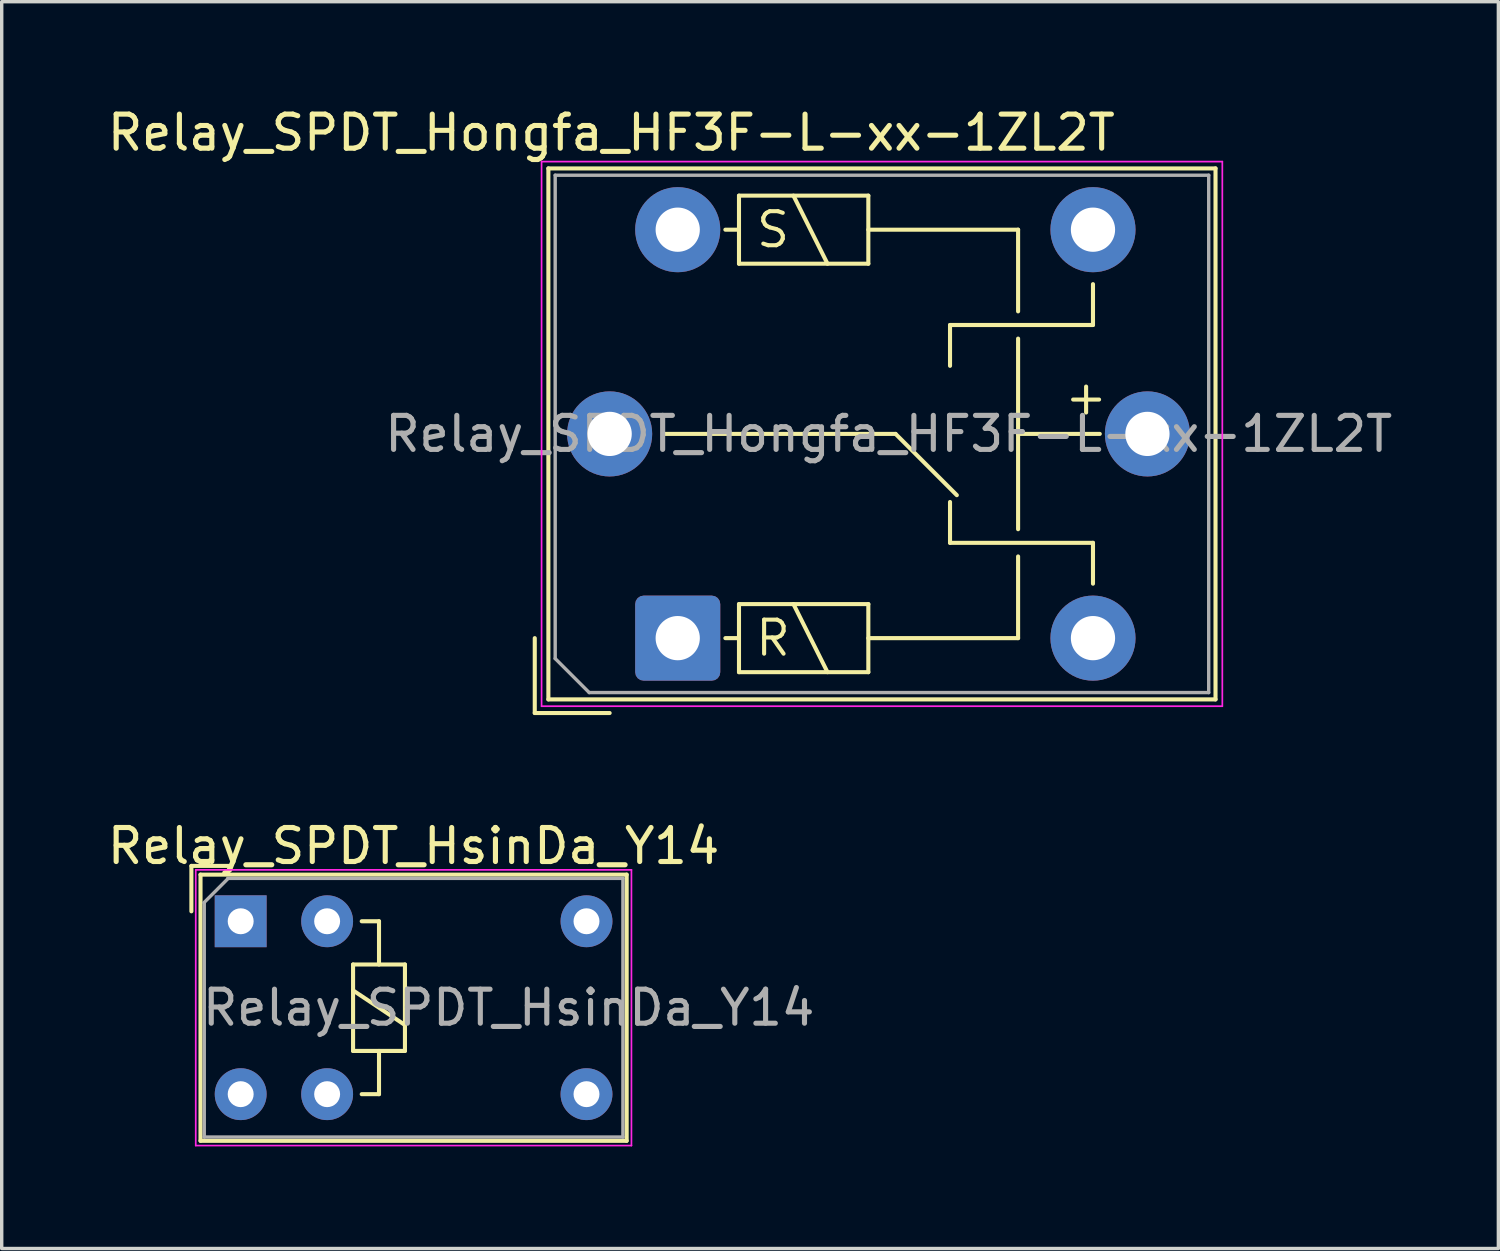
<source format=kicad_pcb>
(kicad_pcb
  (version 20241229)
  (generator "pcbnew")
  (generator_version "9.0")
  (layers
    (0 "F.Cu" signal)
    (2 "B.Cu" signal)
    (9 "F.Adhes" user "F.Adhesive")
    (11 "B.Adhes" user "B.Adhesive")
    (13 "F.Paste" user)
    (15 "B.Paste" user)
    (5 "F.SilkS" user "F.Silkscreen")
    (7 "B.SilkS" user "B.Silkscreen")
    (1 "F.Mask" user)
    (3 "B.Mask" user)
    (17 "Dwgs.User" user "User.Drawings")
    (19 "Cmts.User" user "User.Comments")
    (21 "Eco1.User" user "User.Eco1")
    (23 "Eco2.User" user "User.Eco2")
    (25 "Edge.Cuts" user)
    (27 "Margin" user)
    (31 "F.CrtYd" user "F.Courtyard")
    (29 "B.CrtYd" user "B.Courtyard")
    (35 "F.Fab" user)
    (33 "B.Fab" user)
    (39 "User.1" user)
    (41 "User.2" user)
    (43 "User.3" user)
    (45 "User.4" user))
  (footprint "Relay_SPDT_HsinDa_Y14"
    (layer "F.Cu")
    (at 4.021 24.016)
    (property "Reference" "Relay_SPDT_HsinDa_Y14" (at 5.08 -2.21 0) (layer "F.SilkS") (effects (font (size 1 1) (thickness 0.15))))
    (attr through_hole)
    (fp_line (start -1.448 -1.626) (end -1.448 -0.292) (stroke (width 0.12) (type solid)) (layer "F.SilkS"))
    (fp_line (start -1.18 -1.37) (end -1.18 6.45) (stroke (width 0.12) (type solid)) (layer "F.SilkS"))
    (fp_line (start -1.18 6.45) (end 11.34 6.45) (stroke (width 0.12) (type solid)) (layer "F.SilkS"))
    (fp_line (start -0.305 -1.626) (end -1.448 -1.626) (stroke (width 0.12) (type solid)) (layer "F.SilkS"))
    (fp_line (start 3.302 1.27) (end 4.826 1.27) (stroke (width 0.12) (type solid)) (layer "F.SilkS"))
    (fp_line (start 3.302 2.032) (end 4.826 3.048) (stroke (width 0.12) (type solid)) (layer "F.SilkS"))
    (fp_line (start 3.302 3.81) (end 3.302 1.27) (stroke (width 0.12) (type solid)) (layer "F.SilkS"))
    (fp_line (start 3.556 0) (end 4.064 0) (stroke (width 0.12) (type solid)) (layer "F.SilkS"))
    (fp_line (start 4.064 0) (end 4.064 1.27) (stroke (width 0.12) (type solid)) (layer "F.SilkS"))
    (fp_line (start 4.064 3.81) (end 4.064 5.08) (stroke (width 0.12) (type solid)) (layer "F.SilkS"))
    (fp_line (start 4.064 5.08) (end 3.556 5.08) (stroke (width 0.12) (type solid)) (layer "F.SilkS"))
    (fp_line (start 4.826 1.27) (end 4.826 3.81) (stroke (width 0.12) (type solid)) (layer "F.SilkS"))
    (fp_line (start 4.826 3.81) (end 3.302 3.81) (stroke (width 0.12) (type solid)) (layer "F.SilkS"))
    (fp_line (start 11.34 -1.37) (end -1.18 -1.37) (stroke (width 0.12) (type solid)) (layer "F.SilkS"))
    (fp_line (start 11.34 6.45) (end 11.34 -1.37) (stroke (width 0.12) (type solid)) (layer "F.SilkS"))
    (fp_line (start -1.32 -1.51) (end -1.32 6.59) (stroke (width 0.05) (type solid)) (layer "F.CrtYd"))
    (fp_line (start -1.32 6.59) (end 11.48 6.59) (stroke (width 0.05) (type solid)) (layer "F.CrtYd"))
    (fp_line (start 11.48 -1.51) (end -1.32 -1.51) (stroke (width 0.05) (type solid)) (layer "F.CrtYd"))
    (fp_line (start 11.48 6.59) (end 11.48 -1.51) (stroke (width 0.05) (type solid)) (layer "F.CrtYd"))
    (fp_line (start -1.07 6.34) (end -1.07 -0.546) (stroke (width 0.1) (type solid)) (layer "F.Fab"))
    (fp_line (start -0.381 -1.26) (end 11.23 -1.26) (stroke (width 0.1) (type solid)) (layer "F.Fab"))
    (fp_line (start -0.381 -1.245) (end -1.079 -0.546) (stroke (width 0.1) (type solid)) (layer "F.Fab"))
    (fp_line (start 11.23 -1.26) (end 11.23 6.34) (stroke (width 0.1) (type solid)) (layer "F.Fab"))
    (fp_line (start 11.23 6.34) (end -1.07 6.34) (stroke (width 0.1) (type solid)) (layer "F.Fab"))
    (fp_text user "${REFERENCE}" (at 7.874 2.54 0) (layer "F.Fab") (effects (font (size 1 1) (thickness 0.15))))
    (pad "1" thru_hole rect (at 0 0) (size 1.524 1.524) (drill 0.762) (layers "*.Cu" "*.Mask"))
    (pad "2" thru_hole circle (at 0 5.08) (size 1.524 1.524) (drill 0.762) (layers "*.Cu" "*.Mask"))
    (pad "3" thru_hole circle (at 2.54 0) (size 1.524 1.524) (drill 0.762) (layers "*.Cu" "*.Mask"))
    (pad "4" thru_hole circle (at 2.54 5.08) (size 1.524 1.524) (drill 0.762) (layers "*.Cu" "*.Mask"))
    (pad "5" thru_hole circle (at 10.16 0) (size 1.524 1.524) (drill 0.762) (layers "*.Cu" "*.Mask"))
    (pad "6" thru_hole circle (at 10.16 5.08) (size 1.524 1.524) (drill 0.762) (layers "*.Cu" "*.Mask")))
  (footprint "Relay_SPDT_Hongfa_HF3F-L-xx-1ZL2T"
    (layer "F.Cu")
    (at 16.861 15.698)
    (property "Reference" "Relay_SPDT_Hongfa_HF3F-L-xx-1ZL2T" (at -1.95 -14.85 0) (layer "F.SilkS") (effects (font (size 1 1) (thickness 0.15))))
    (attr through_hole)
    (fp_line (start -4.2 0) (end -4.2 2.2) (stroke (width 0.12) (type solid)) (layer "F.SilkS"))
    (fp_line (start -4.2 2.2) (end -2 2.2) (stroke (width 0.12) (type solid)) (layer "F.SilkS"))
    (fp_line (start -3.8 -13.8) (end -3.8 1.8) (stroke (width 0.12) (type solid)) (layer "F.SilkS"))
    (fp_line (start -3.8 1.8) (end 15.8 1.8) (stroke (width 0.12) (type solid)) (layer "F.SilkS"))
    (fp_line (start -0.4 -6) (end 6.4 -6) (stroke (width 0.12) (type solid)) (layer "F.SilkS"))
    (fp_line (start 1.8 -13) (end 1.8 -11) (stroke (width 0.12) (type solid)) (layer "F.SilkS"))
    (fp_line (start 1.8 -12) (end 1.4 -12) (stroke (width 0.12) (type solid)) (layer "F.SilkS"))
    (fp_line (start 1.8 -11) (end 5.6 -11) (stroke (width 0.12) (type solid)) (layer "F.SilkS"))
    (fp_line (start 1.8 -1) (end 1.8 1) (stroke (width 0.12) (type solid)) (layer "F.SilkS"))
    (fp_line (start 1.8 0) (end 1.4 0) (stroke (width 0.12) (type solid)) (layer "F.SilkS"))
    (fp_line (start 1.8 1) (end 5.6 1) (stroke (width 0.12) (type solid)) (layer "F.SilkS"))
    (fp_line (start 3.4 -13) (end 4.4 -11) (stroke (width 0.12) (type solid)) (layer "F.SilkS"))
    (fp_line (start 3.4 -1) (end 4.4 1) (stroke (width 0.12) (type solid)) (layer "F.SilkS"))
    (fp_line (start 5.6 -13) (end 1.8 -13) (stroke (width 0.12) (type solid)) (layer "F.SilkS"))
    (fp_line (start 5.6 -12) (end 10 -12) (stroke (width 0.12) (type solid)) (layer "F.SilkS"))
    (fp_line (start 5.6 -11) (end 5.6 -13) (stroke (width 0.12) (type solid)) (layer "F.SilkS"))
    (fp_line (start 5.6 -1) (end 1.8 -1) (stroke (width 0.12) (type solid)) (layer "F.SilkS"))
    (fp_line (start 5.6 1) (end 5.6 -1) (stroke (width 0.12) (type solid)) (layer "F.SilkS"))
    (fp_line (start 6.4 -6) (end 8.2 -4.2) (stroke (width 0.12) (type solid)) (layer "F.SilkS"))
    (fp_line (start 8 -9.2) (end 8 -8) (stroke (width 0.12) (type solid)) (layer "F.SilkS"))
    (fp_line (start 8 -2.8) (end 8 -4) (stroke (width 0.12) (type solid)) (layer "F.SilkS"))
    (fp_line (start 10 -12) (end 10 -9.6) (stroke (width 0.12) (type solid)) (layer "F.SilkS"))
    (fp_line (start 10 -8.8) (end 10 -3.2) (stroke (width 0.12) (type solid)) (layer "F.SilkS"))
    (fp_line (start 10 -6) (end 12.4 -6) (stroke (width 0.12) (type solid)) (layer "F.SilkS"))
    (fp_line (start 10 -2.4) (end 10 0) (stroke (width 0.12) (type solid)) (layer "F.SilkS"))
    (fp_line (start 10 0) (end 5.6 0) (stroke (width 0.12) (type solid)) (layer "F.SilkS"))
    (fp_line (start 12.2 -10.4) (end 12.2 -9.2) (stroke (width 0.12) (type solid)) (layer "F.SilkS"))
    (fp_line (start 12.2 -9.2) (end 8 -9.2) (stroke (width 0.12) (type solid)) (layer "F.SilkS"))
    (fp_line (start 12.2 -2.8) (end 8 -2.8) (stroke (width 0.12) (type solid)) (layer "F.SilkS"))
    (fp_line (start 12.2 -1.6) (end 12.2 -2.8) (stroke (width 0.12) (type solid)) (layer "F.SilkS"))
    (fp_line (start 15.8 -13.8) (end -3.8 -13.8) (stroke (width 0.12) (type solid)) (layer "F.SilkS"))
    (fp_line (start 15.8 1.8) (end 15.8 -13.8) (stroke (width 0.12) (type solid)) (layer "F.SilkS"))
    (fp_line (start -4 -14) (end -4 2) (stroke (width 0.05) (type solid)) (layer "F.CrtYd"))
    (fp_line (start -4 2) (end 16 2) (stroke (width 0.05) (type solid)) (layer "F.CrtYd"))
    (fp_line (start 16 -14) (end -4 -14) (stroke (width 0.05) (type solid)) (layer "F.CrtYd"))
    (fp_line (start 16 2) (end 16 -14) (stroke (width 0.05) (type solid)) (layer "F.CrtYd"))
    (fp_line (start -3.6 -13.6) (end -3.6 0.6) (stroke (width 0.1) (type solid)) (layer "F.Fab"))
    (fp_line (start -3.6 0.6) (end -2.6 1.6) (stroke (width 0.1) (type solid)) (layer "F.Fab"))
    (fp_line (start -2.6 1.6) (end 15.6 1.6) (stroke (width 0.1) (type solid)) (layer "F.Fab"))
    (fp_line (start 15.6 -13.6) (end -3.6 -13.6) (stroke (width 0.1) (type solid)) (layer "F.Fab"))
    (fp_line (start 15.6 1.6) (end 15.6 -13.6) (stroke (width 0.1) (type solid)) (layer "F.Fab"))
    (fp_text user "S" (at 2.8 -12 0) (layer "F.SilkS") (effects (font (size 1 1) (thickness 0.12))))
    (fp_text user "+" (at 11.3 -6.5 0) (unlocked yes) (layer "F.SilkS") (effects (font (size 1 1) (thickness 0.12)) (justify left bottom)))
    (fp_text user "R" (at 2.8 0 180) (layer "F.SilkS") (effects (font (size 1 1) (thickness 0.12))))
    (fp_text user "${REFERENCE}" (at 6.2 -6 0) (layer "F.Fab") (effects (font (size 1 1) (thickness 0.15))))
    (pad "1" thru_hole roundrect (at 0 0) (size 2.5 2.5) (drill 1.3) (layers "*.Cu" "*.Mask") (roundrect_rratio 0.1))
    (pad "2" thru_hole circle (at 12.2 0) (size 2.5 2.5) (drill 1.3) (layers "*.Cu" "*.Mask"))
    (pad "3" thru_hole circle (at 13.8 -6) (size 2.5 2.5) (drill 1.3) (layers "*.Cu" "*.Mask"))
    (pad "4" thru_hole circle (at 12.2 -12) (size 2.5 2.5) (drill 1.3) (layers "*.Cu" "*.Mask"))
    (pad "5" thru_hole circle (at 0 -12) (size 2.5 2.5) (drill 1.3) (layers "*.Cu" "*.Mask"))
    (pad "6" thru_hole circle (at -2 -6) (size 2.5 2.5) (drill 1.3) (layers "*.Cu" "*.Mask")))
  (gr_rect
    (start -3 -3)
    (end 40.971 33.631)
    (stroke (width 0.1) (type default))
    (fill no)
    (layer "Edge.Cuts")))
</source>
